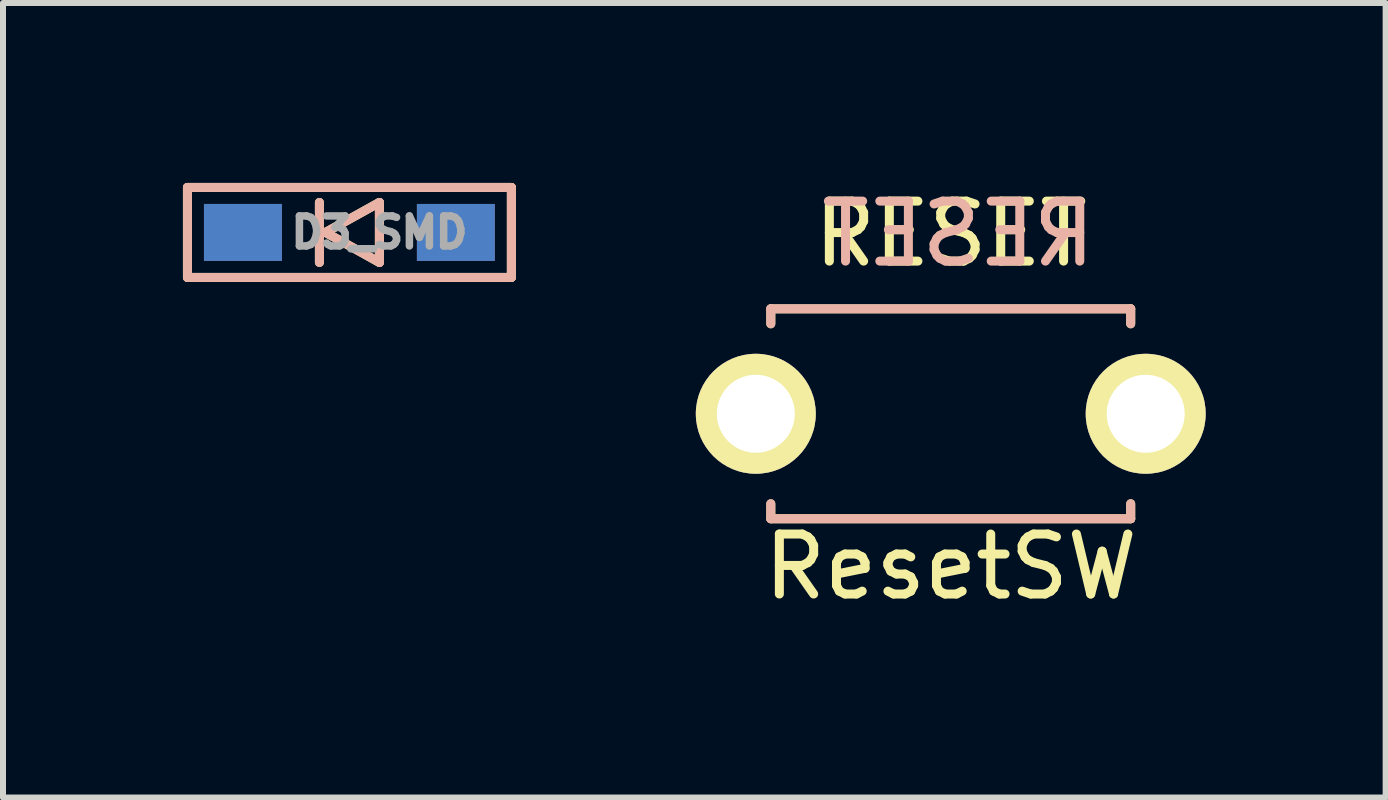
<source format=kicad_pcb>
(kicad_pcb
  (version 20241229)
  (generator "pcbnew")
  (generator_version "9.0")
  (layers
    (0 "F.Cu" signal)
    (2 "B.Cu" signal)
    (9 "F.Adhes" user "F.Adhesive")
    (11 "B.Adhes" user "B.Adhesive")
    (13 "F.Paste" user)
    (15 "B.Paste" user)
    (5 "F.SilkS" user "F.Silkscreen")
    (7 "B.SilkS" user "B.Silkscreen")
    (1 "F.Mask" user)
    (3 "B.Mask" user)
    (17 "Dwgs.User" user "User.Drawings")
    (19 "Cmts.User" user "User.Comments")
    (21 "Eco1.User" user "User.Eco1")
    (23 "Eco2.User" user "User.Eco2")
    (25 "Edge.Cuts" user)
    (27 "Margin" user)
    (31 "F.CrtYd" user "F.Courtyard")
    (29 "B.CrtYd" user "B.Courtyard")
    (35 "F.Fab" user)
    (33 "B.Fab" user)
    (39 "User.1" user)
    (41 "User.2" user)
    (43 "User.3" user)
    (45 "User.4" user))
  (footprint "ResetSW"
    (layer "F.Cu")
    (at 12.8 3.848)
    (property "Reference" "ResetSW" (at 0 2.55 0) (layer "F.SilkS") (effects (font (size 1 1) (thickness 0.15))))
    (attr through_hole)
    (fp_line (start -3 -1.75) (end -3 -1.5) (stroke (width 0.15) (type solid)) (layer "F.SilkS"))
    (fp_line (start -3 -1.75) (end 3 -1.75) (stroke (width 0.15) (type solid)) (layer "F.SilkS"))
    (fp_line (start -3 1.75) (end -3 1.5) (stroke (width 0.15) (type solid)) (layer "F.SilkS"))
    (fp_line (start -3 1.75) (end 3 1.75) (stroke (width 0.15) (type solid)) (layer "F.SilkS"))
    (fp_line (start 3 -1.75) (end 3 -1.5) (stroke (width 0.15) (type solid)) (layer "F.SilkS"))
    (fp_line (start 3 1.75) (end 3 1.5) (stroke (width 0.15) (type solid)) (layer "F.SilkS"))
    (fp_line (start -3 -1.75) (end 3 -1.75) (stroke (width 0.15) (type solid)) (layer "B.SilkS"))
    (fp_line (start -3 -1.5) (end -3 -1.75) (stroke (width 0.15) (type solid)) (layer "B.SilkS"))
    (fp_line (start -3 1.75) (end -3 1.5) (stroke (width 0.15) (type solid)) (layer "B.SilkS"))
    (fp_line (start 3 -1.75) (end 3 -1.5) (stroke (width 0.15) (type solid)) (layer "B.SilkS"))
    (fp_line (start 3 1.5) (end 3 1.75) (stroke (width 0.15) (type solid)) (layer "B.SilkS"))
    (fp_line (start 3 1.75) (end -3 1.75) (stroke (width 0.15) (type solid)) (layer "B.SilkS"))
    (fp_text user "RESET" (at 0 -3 0) (layer "F.SilkS") (effects (font (size 1 1) (thickness 0.15))))
    (fp_text user "RESET" (at 0.127 -3 0) (layer "B.SilkS") (effects (font (size 1 1) (thickness 0.15)) (justify mirror)))
    (pad "1" thru_hole circle (at 3.25 0) (size 2 2) (drill 1.3) (layers "*.Cu" "*.Mask" "F.SilkS"))
    (pad "2" thru_hole circle (at -3.25 0) (size 2 2) (drill 1.3) (layers "*.Cu" "*.Mask" "F.SilkS")))
  (footprint "D3_SMD"
    (layer "F.Cu")
    (at 2.775 0.825)
    (property "Reference" "D3_SMD" (at 0.5 0 0) (layer "F.Fab") (effects (font (size 0.5 0.5) (thickness 0.125))))
    (attr through_hole)
    (fp_line (start -2.7 -0.75) (end -2.7 0.75) (stroke (width 0.15) (type solid)) (layer "F.SilkS"))
    (fp_line (start -2.7 0.75) (end 2.7 0.75) (stroke (width 0.15) (type solid)) (layer "F.SilkS"))
    (fp_line (start -0.5 -0.5) (end -0.5 0.5) (stroke (width 0.15) (type solid)) (layer "F.SilkS"))
    (fp_line (start -0.4 0) (end 0.5 -0.5) (stroke (width 0.15) (type solid)) (layer "F.SilkS"))
    (fp_line (start 0.5 -0.5) (end 0.5 0.5) (stroke (width 0.15) (type solid)) (layer "F.SilkS"))
    (fp_line (start 0.5 0.5) (end -0.4 0) (stroke (width 0.15) (type solid)) (layer "F.SilkS"))
    (fp_line (start 2.7 -0.75) (end -2.7 -0.75) (stroke (width 0.15) (type solid)) (layer "F.SilkS"))
    (fp_line (start 2.7 -0.75) (end 2.7 0.75) (stroke (width 0.15) (type solid)) (layer "F.SilkS"))
    (fp_line (start -2.7 -0.75) (end -2.7 0.75) (stroke (width 0.15) (type solid)) (layer "B.SilkS"))
    (fp_line (start -2.7 0.75) (end 2.7 0.75) (stroke (width 0.15) (type solid)) (layer "B.SilkS"))
    (fp_line (start -0.5 -0.5) (end -0.5 0.5) (stroke (width 0.15) (type solid)) (layer "B.SilkS"))
    (fp_line (start -0.4 0) (end 0.5 -0.5) (stroke (width 0.15) (type solid)) (layer "B.SilkS"))
    (fp_line (start 0.5 -0.5) (end 0.5 0.5) (stroke (width 0.15) (type solid)) (layer "B.SilkS"))
    (fp_line (start 0.5 0.5) (end -0.4 0) (stroke (width 0.15) (type solid)) (layer "B.SilkS"))
    (fp_line (start 2.7 -0.75) (end -2.7 -0.75) (stroke (width 0.15) (type solid)) (layer "B.SilkS"))
    (fp_line (start 2.7 0.75) (end 2.7 -0.75) (stroke (width 0.15) (type solid)) (layer "B.SilkS"))
    (pad "1" smd rect (at -1.775 0) (size 1.3 0.95) (layers "F.Cu" "F.Mask" "F.Paste"))
    (pad "1" smd rect (at -1.775 0) (size 1.3 0.95) (layers "B.Cu" "B.Mask" "B.Paste"))
    (pad "2" smd rect (at 1.775 0) (size 1.3 0.95) (layers "F.Cu" "F.Mask" "F.Paste"))
    (pad "2" smd rect (at 1.775 0) (size 1.3 0.95) (layers "B.Cu" "B.Mask" "B.Paste")))
  (gr_rect
    (start -3 -3)
    (end 20.05 10.246)
    (stroke (width 0.1) (type default))
    (fill no)
    (layer "Edge.Cuts")))
</source>
